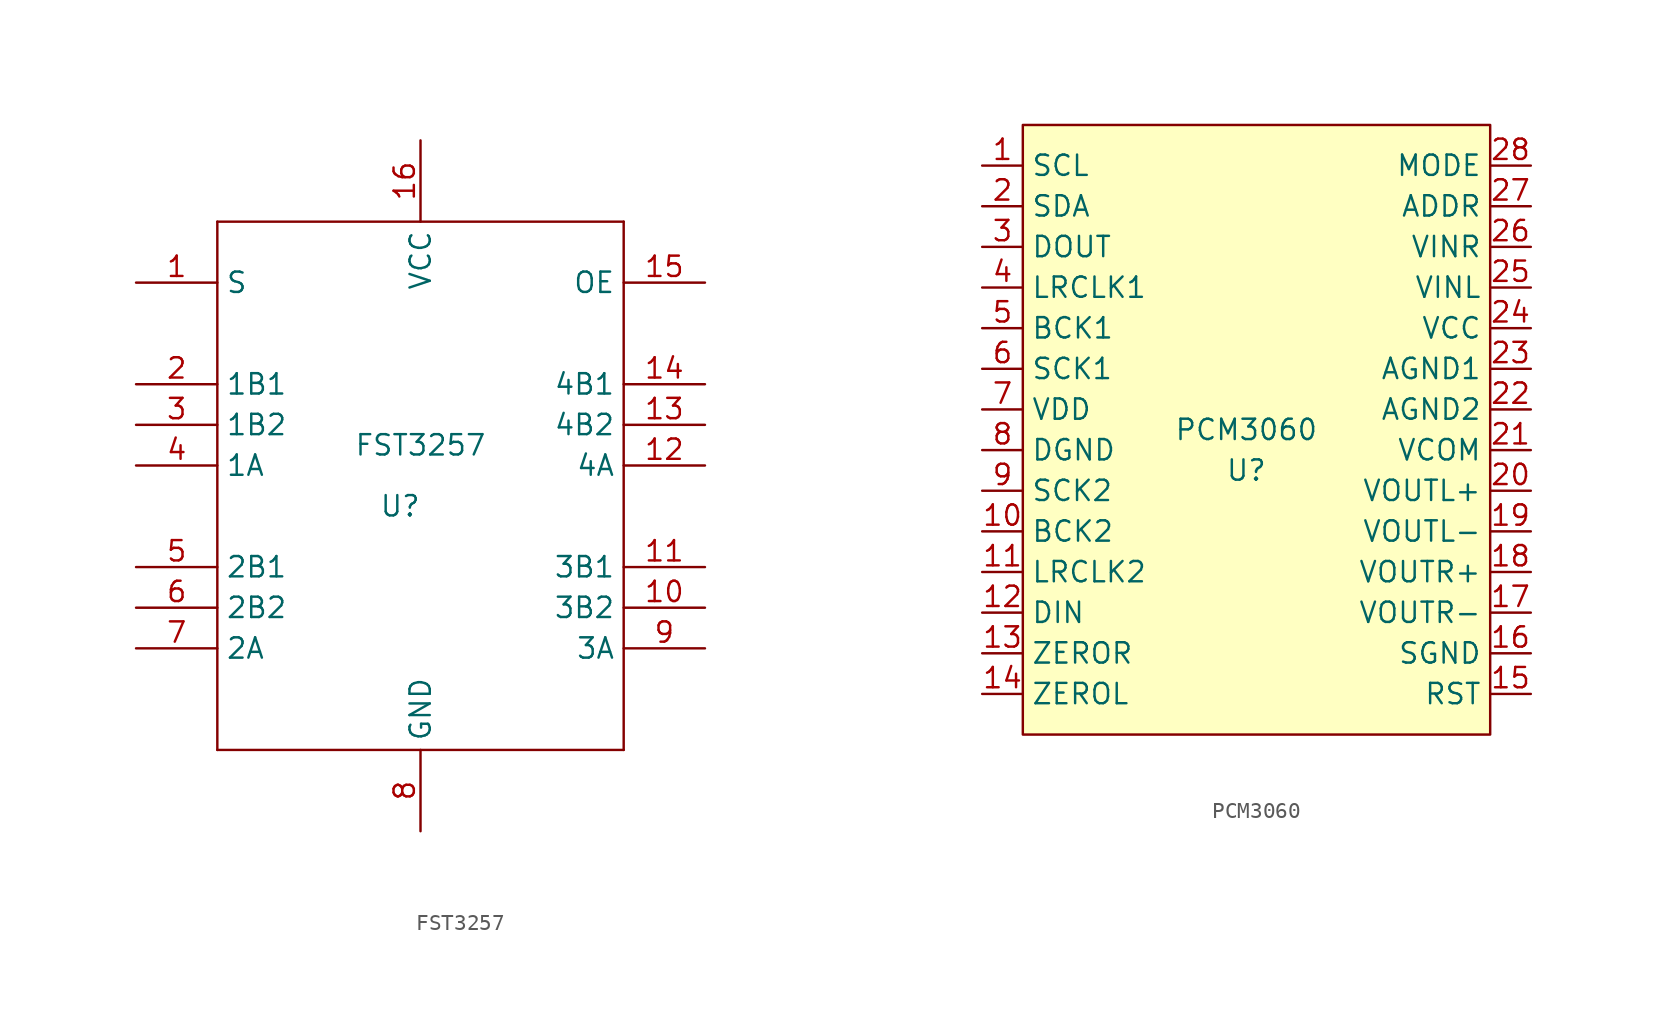
<source format=kicad_sym>
(kicad_symbol_lib
  (version 20211014)
  (generator kicad_symbol_editor)
  (symbol "FST3257"
    (property "Reference" "U"
      (at -1.27 0 0)
      (effects (font (size 1.27 1.27))))
    (property "Value" "FST3257"
      (at 0 3.81 0)
      (effects (font (size 1.27 1.27))))
    (symbol "FST3257_0_0"
      (text "" (at -7.62 -8.89 0) (effects (font (size 1.27 1.27))))
      (text "" (at 22.86 -7.62 0) (effects (font (size 1.27 1.27)))))
    (symbol "FST3257_1_1"
      (polyline (pts (xy -12.7 17.78) (xy -12.7 -15.24)) (stroke (width 0) (type default) (color 0 0 0 0)) (fill (type none)))
      (polyline (pts (xy -12.7 17.78) (xy 12.7 17.78)) (stroke (width 0) (type default) (color 0 0 0 0)) (fill (type none)))
      (polyline (pts (xy 12.7 -15.24) (xy -12.7 -15.24)) (stroke (width 0) (type default) (color 0 0 0 0)) (fill (type none)))
      (polyline (pts (xy 12.7 -15.24) (xy 12.7 17.78)) (stroke (width 0) (type default) (color 0 0 0 0)) (fill (type none)))
      (pin bidirectional line (at -17.78 13.97 0) (length 5.08) (name "S" (effects (font (size 1.27 1.27)))) (number "1" (effects (font (size 1.27 1.27)))))
      (pin input line (at 17.78 -6.35 180) (length 5.08) (name "3B2" (effects (font (size 1.27 1.27)))) (number "10" (effects (font (size 1.27 1.27)))))
      (pin input line (at 17.78 -3.81 180) (length 5.08) (name "3B1" (effects (font (size 1.27 1.27)))) (number "11" (effects (font (size 1.27 1.27)))))
      (pin input line (at 17.78 2.54 180) (length 5.08) (name "4A" (effects (font (size 1.27 1.27)))) (number "12" (effects (font (size 1.27 1.27)))))
      (pin input line (at 17.78 5.08 180) (length 5.08) (name "4B2" (effects (font (size 1.27 1.27)))) (number "13" (effects (font (size 1.27 1.27)))))
      (pin input line (at 17.78 7.62 180) (length 5.08) (name "4B1" (effects (font (size 1.27 1.27)))) (number "14" (effects (font (size 1.27 1.27)))))
      (pin input line (at 17.78 13.97 180) (length 5.08) (name "OE" (effects (font (size 1.27 1.27)))) (number "15" (effects (font (size 1.27 1.27)))))
      (pin bidirectional line (at 0 22.86 270) (length 5.08) (name "VCC" (effects (font (size 1.27 1.27)))) (number "16" (effects (font (size 1.27 1.27)))))
      (pin input line (at -17.78 7.62 0) (length 5.08) (name "1B1" (effects (font (size 1.27 1.27)))) (number "2" (effects (font (size 1.27 1.27)))))
      (pin input line (at -17.78 5.08 0) (length 5.08) (name "1B2" (effects (font (size 1.27 1.27)))) (number "3" (effects (font (size 1.27 1.27)))))
      (pin input line (at -17.78 2.54 0) (length 5.08) (name "1A" (effects (font (size 1.27 1.27)))) (number "4" (effects (font (size 1.27 1.27)))))
      (pin input line (at -17.78 -3.81 0) (length 5.08) (name "2B1" (effects (font (size 1.27 1.27)))) (number "5" (effects (font (size 1.27 1.27)))))
      (pin input line (at -17.78 -6.35 0) (length 5.08) (name "2B2" (effects (font (size 1.27 1.27)))) (number "6" (effects (font (size 1.27 1.27)))))
      (pin input line (at -17.78 -8.89 0) (length 5.08) (name "2A" (effects (font (size 1.27 1.27)))) (number "7" (effects (font (size 1.27 1.27)))))
      (pin bidirectional line (at 0 -20.32 90) (length 5.08) (name "GND" (effects (font (size 1.27 1.27)))) (number "8" (effects (font (size 1.27 1.27)))))
      (pin input line (at 17.78 -8.89 180) (length 5.08) (name "3A" (effects (font (size 1.27 1.27)))) (number "9" (effects (font (size 1.27 1.27)))))))
  (symbol "PCM3060"
    (property "Reference" "U"
      (at 0 -25.4 0)
      (effects (font (size 1.27 1.27))))
    (property "Value" "PCM3060"
      (at 0 -22.86 0)
      (effects (font (size 1.27 1.27))))
    (symbol "PCM3060_0_1"
      (rectangle (start -13.97 -3.81) (end 15.24 -41.91) (stroke (width 0) (type default) (color 0 0 0 0)) (fill (type background))))
    (symbol "PCM3060_1_1"
      (pin input line (at -16.51 -6.35 0) (length 2.54) (name "SCL" (effects (font (size 1.27 1.27)))) (number "1" (effects (font (size 1.27 1.27)))))
      (pin input line (at -16.51 -29.21 0) (length 2.54) (name "BCK2" (effects (font (size 1.27 1.27)))) (number "10" (effects (font (size 1.27 1.27)))))
      (pin input line (at -16.51 -31.75 0) (length 2.54) (name "LRCLK2" (effects (font (size 1.27 1.27)))) (number "11" (effects (font (size 1.27 1.27)))))
      (pin input line (at -16.51 -34.29 0) (length 2.54) (name "DIN" (effects (font (size 1.27 1.27)))) (number "12" (effects (font (size 1.27 1.27)))))
      (pin input line (at -16.51 -36.83 0) (length 2.54) (name "ZEROR" (effects (font (size 1.27 1.27)))) (number "13" (effects (font (size 1.27 1.27)))))
      (pin input line (at -16.51 -39.37 0) (length 2.54) (name "ZEROL" (effects (font (size 1.27 1.27)))) (number "14" (effects (font (size 1.27 1.27)))))
      (pin input line (at 17.78 -39.37 180) (length 2.54) (name "RST" (effects (font (size 1.27 1.27)))) (number "15" (effects (font (size 1.27 1.27)))))
      (pin power_in line (at 17.78 -36.83 180) (length 2.54) (name "SGND" (effects (font (size 1.27 1.27)))) (number "16" (effects (font (size 1.27 1.27)))))
      (pin output line (at 17.78 -34.29 180) (length 2.54) (name "VOUTR-" (effects (font (size 1.27 1.27)))) (number "17" (effects (font (size 1.27 1.27)))))
      (pin output line (at 17.78 -31.75 180) (length 2.54) (name "VOUTR+" (effects (font (size 1.27 1.27)))) (number "18" (effects (font (size 1.27 1.27)))))
      (pin output line (at 17.78 -29.21 180) (length 2.54) (name "VOUTL-" (effects (font (size 1.27 1.27)))) (number "19" (effects (font (size 1.27 1.27)))))
      (pin input line (at -16.51 -8.89 0) (length 2.54) (name "SDA" (effects (font (size 1.27 1.27)))) (number "2" (effects (font (size 1.27 1.27)))))
      (pin output line (at 17.78 -26.67 180) (length 2.54) (name "VOUTL+" (effects (font (size 1.27 1.27)))) (number "20" (effects (font (size 1.27 1.27)))))
      (pin power_in line (at 17.78 -24.13 180) (length 2.54) (name "VCOM" (effects (font (size 1.27 1.27)))) (number "21" (effects (font (size 1.27 1.27)))))
      (pin power_in line (at 17.78 -21.59 180) (length 2.54) (name "AGND2" (effects (font (size 1.27 1.27)))) (number "22" (effects (font (size 1.27 1.27)))))
      (pin power_in line (at 17.78 -19.05 180) (length 2.54) (name "AGND1" (effects (font (size 1.27 1.27)))) (number "23" (effects (font (size 1.27 1.27)))))
      (pin power_in line (at 17.78 -16.51 180) (length 2.54) (name "VCC" (effects (font (size 1.27 1.27)))) (number "24" (effects (font (size 1.27 1.27)))))
      (pin input line (at 17.78 -13.97 180) (length 2.54) (name "VINL" (effects (font (size 1.27 1.27)))) (number "25" (effects (font (size 1.27 1.27)))))
      (pin input line (at 17.78 -11.43 180) (length 2.54) (name "VINR" (effects (font (size 1.27 1.27)))) (number "26" (effects (font (size 1.27 1.27)))))
      (pin input line (at 17.78 -8.89 180) (length 2.54) (name "ADDR" (effects (font (size 1.27 1.27)))) (number "27" (effects (font (size 1.27 1.27)))))
      (pin input line (at 17.78 -6.35 180) (length 2.54) (name "MODE" (effects (font (size 1.27 1.27)))) (number "28" (effects (font (size 1.27 1.27)))))
      (pin input line (at -16.51 -11.43 0) (length 2.54) (name "DOUT" (effects (font (size 1.27 1.27)))) (number "3" (effects (font (size 1.27 1.27)))))
      (pin input line (at -16.51 -13.97 0) (length 2.54) (name "LRCLK1" (effects (font (size 1.27 1.27)))) (number "4" (effects (font (size 1.27 1.27)))))
      (pin input line (at -16.51 -16.51 0) (length 2.54) (name "BCK1" (effects (font (size 1.27 1.27)))) (number "5" (effects (font (size 1.27 1.27)))))
      (pin input line (at -16.51 -19.05 0) (length 2.54) (name "SCK1" (effects (font (size 1.27 1.27)))) (number "6" (effects (font (size 1.27 1.27)))))
      (pin power_in line (at -16.51 -21.59 0) (length 2.54) (name "VDD" (effects (font (size 1.27 1.27)))) (number "7" (effects (font (size 1.27 1.27)))))
      (pin power_in line (at -16.51 -24.13 0) (length 2.54) (name "DGND" (effects (font (size 1.27 1.27)))) (number "8" (effects (font (size 1.27 1.27)))))
      (pin input line (at -16.51 -26.67 0) (length 2.54) (name "SCK2" (effects (font (size 1.27 1.27)))) (number "9" (effects (font (size 1.27 1.27))))))))
</source>
